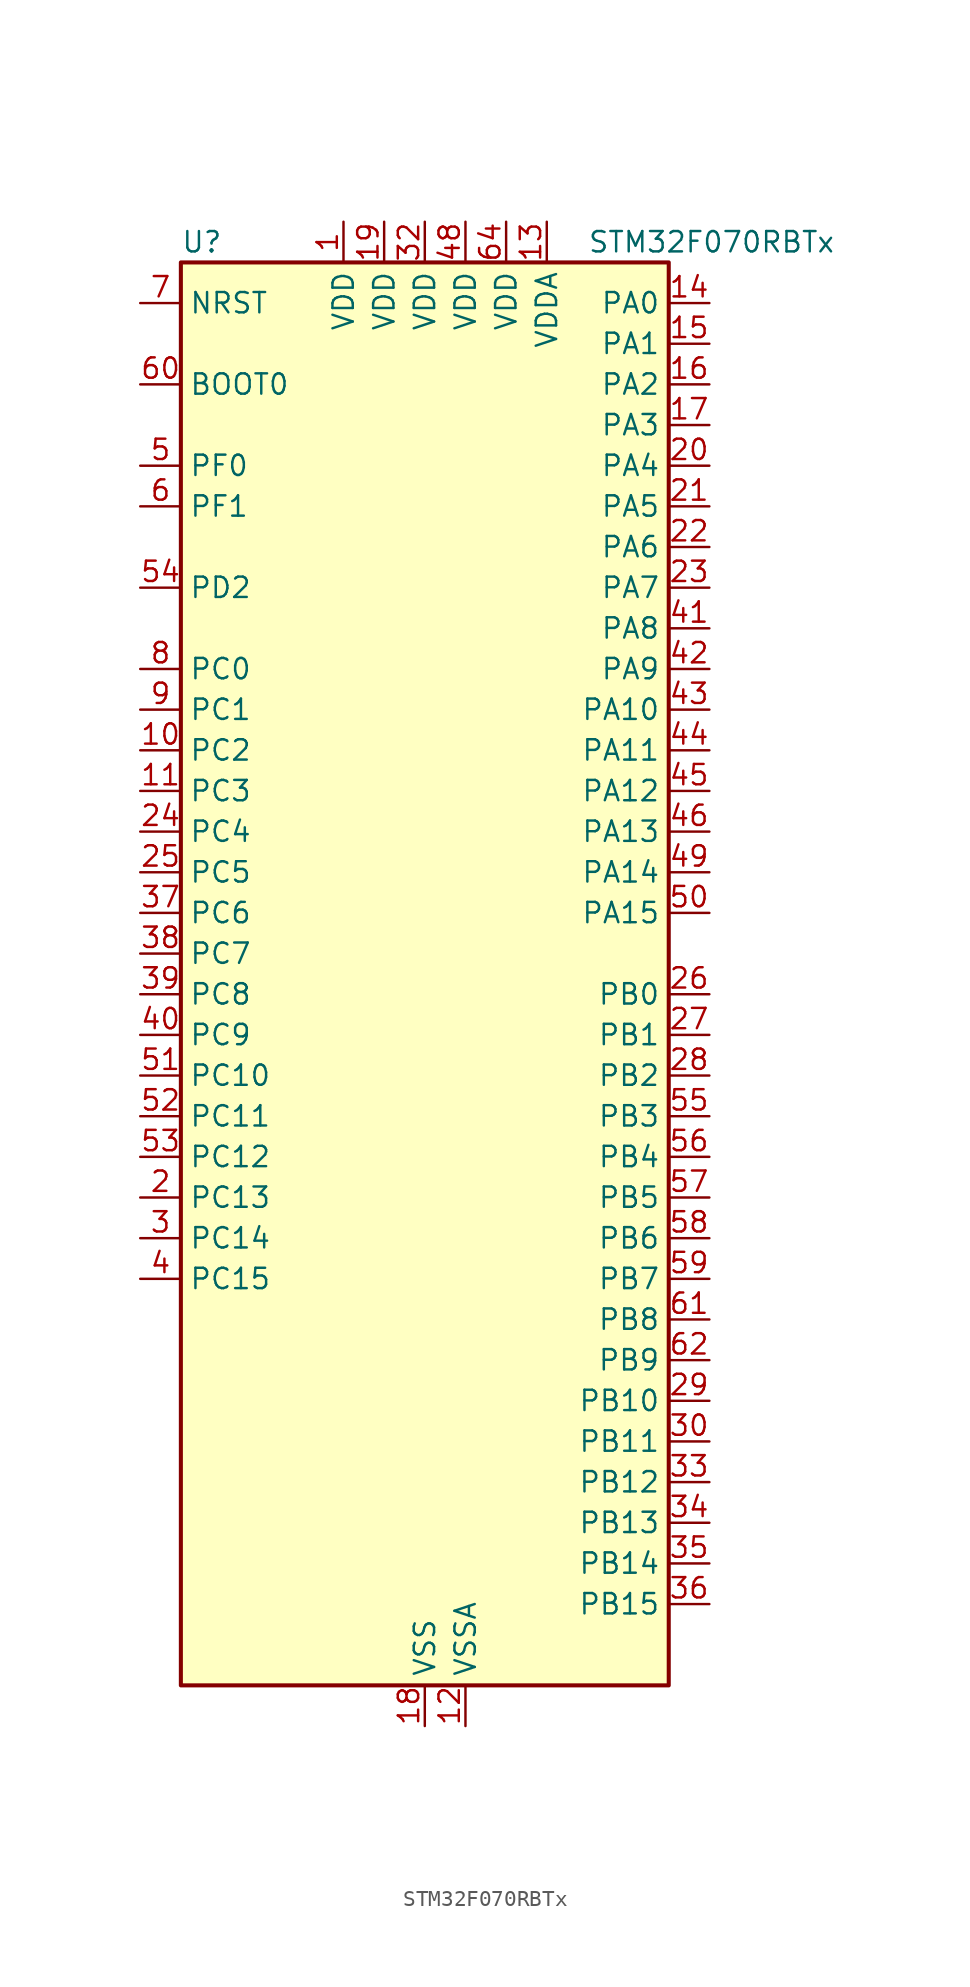
<source format=kicad_sym>
(kicad_symbol_lib
  (version 20231120)
  (generator "kicad_symbol_editor")
  (generator_version "8.0")
  (symbol "STM32F070RBTx"
    (property "Reference" "U"
      (at -15.24 46.99 0)
      (effects (font (size 1.27 1.27)) (justify left)))
    (property "Value" "STM32F070RBTx"
      (at 10.16 46.99 0)
      (effects (font (size 1.27 1.27)) (justify left)))
    (property "ki_locked" ""
      (at 0 0 0)
      (effects (font (size 1.27 1.27))))
    (symbol "STM32F070RBTx_0_1"
      (rectangle (start -15.24 -43.18) (end 15.24 45.72) (stroke (width 0.254) (type default)) (fill (type background))))
    (symbol "STM32F070RBTx_1_1"
      (pin power_in line (at -5.08 48.26 270) (length 2.54) (name "VDD" (effects (font (size 1.27 1.27)))) (number "1" (effects (font (size 1.27 1.27)))))
      (pin bidirectional line (at -17.78 15.24 0) (length 2.54) (name "PC2" (effects (font (size 1.27 1.27)))) (number "10" (effects (font (size 1.27 1.27)))) (alternate "ADC_IN12" bidirectional line) (alternate "SPI2_MISO" bidirectional line))
      (pin bidirectional line (at -17.78 12.7 0) (length 2.54) (name "PC3" (effects (font (size 1.27 1.27)))) (number "11" (effects (font (size 1.27 1.27)))) (alternate "ADC_IN13" bidirectional line) (alternate "SPI2_MOSI" bidirectional line))
      (pin power_in line (at 2.54 -45.72 90) (length 2.54) (name "VSSA" (effects (font (size 1.27 1.27)))) (number "12" (effects (font (size 1.27 1.27)))))
      (pin power_in line (at 7.62 48.26 270) (length 2.54) (name "VDDA" (effects (font (size 1.27 1.27)))) (number "13" (effects (font (size 1.27 1.27)))))
      (pin bidirectional line (at 17.78 43.18 180) (length 2.54) (name "PA0" (effects (font (size 1.27 1.27)))) (number "14" (effects (font (size 1.27 1.27)))) (alternate "ADC_IN0" bidirectional line) (alternate "RTC_TAMP2" bidirectional line) (alternate "SYS_WKUP1" bidirectional line) (alternate "USART2_CTS" bidirectional line) (alternate "USART4_TX" bidirectional line))
      (pin bidirectional line (at 17.78 40.64 180) (length 2.54) (name "PA1" (effects (font (size 1.27 1.27)))) (number "15" (effects (font (size 1.27 1.27)))) (alternate "ADC_IN1" bidirectional line) (alternate "TIM15_CH1N" bidirectional line) (alternate "USART2_DE" bidirectional line) (alternate "USART2_RTS" bidirectional line) (alternate "USART4_RX" bidirectional line))
      (pin bidirectional line (at 17.78 38.1 180) (length 2.54) (name "PA2" (effects (font (size 1.27 1.27)))) (number "16" (effects (font (size 1.27 1.27)))) (alternate "ADC_IN2" bidirectional line) (alternate "SYS_WKUP4" bidirectional line) (alternate "TIM15_CH1" bidirectional line) (alternate "USART2_TX" bidirectional line))
      (pin bidirectional line (at 17.78 35.56 180) (length 2.54) (name "PA3" (effects (font (size 1.27 1.27)))) (number "17" (effects (font (size 1.27 1.27)))) (alternate "ADC_IN3" bidirectional line) (alternate "TIM15_CH2" bidirectional line) (alternate "USART2_RX" bidirectional line))
      (pin power_in line (at 0 -45.72 90) (length 2.54) (name "VSS" (effects (font (size 1.27 1.27)))) (number "18" (effects (font (size 1.27 1.27)))))
      (pin power_in line (at -2.54 48.26 270) (length 2.54) (name "VDD" (effects (font (size 1.27 1.27)))) (number "19" (effects (font (size 1.27 1.27)))))
      (pin bidirectional line (at -17.78 -12.7 0) (length 2.54) (name "PC13" (effects (font (size 1.27 1.27)))) (number "2" (effects (font (size 1.27 1.27)))) (alternate "RTC_OUT_ALARM" bidirectional line) (alternate "RTC_OUT_CALIB" bidirectional line) (alternate "RTC_TAMP1" bidirectional line) (alternate "RTC_TS" bidirectional line) (alternate "SYS_WKUP2" bidirectional line))
      (pin bidirectional line (at 17.78 33.02 180) (length 2.54) (name "PA4" (effects (font (size 1.27 1.27)))) (number "20" (effects (font (size 1.27 1.27)))) (alternate "ADC_IN4" bidirectional line) (alternate "SPI1_NSS" bidirectional line) (alternate "TIM14_CH1" bidirectional line) (alternate "USART2_CK" bidirectional line))
      (pin bidirectional line (at 17.78 30.48 180) (length 2.54) (name "PA5" (effects (font (size 1.27 1.27)))) (number "21" (effects (font (size 1.27 1.27)))) (alternate "ADC_IN5" bidirectional line) (alternate "SPI1_SCK" bidirectional line))
      (pin bidirectional line (at 17.78 27.94 180) (length 2.54) (name "PA6" (effects (font (size 1.27 1.27)))) (number "22" (effects (font (size 1.27 1.27)))) (alternate "ADC_IN6" bidirectional line) (alternate "SPI1_MISO" bidirectional line) (alternate "TIM16_CH1" bidirectional line) (alternate "TIM1_BKIN" bidirectional line) (alternate "TIM3_CH1" bidirectional line) (alternate "USART3_CTS" bidirectional line))
      (pin bidirectional line (at 17.78 25.4 180) (length 2.54) (name "PA7" (effects (font (size 1.27 1.27)))) (number "23" (effects (font (size 1.27 1.27)))) (alternate "ADC_IN7" bidirectional line) (alternate "SPI1_MOSI" bidirectional line) (alternate "TIM14_CH1" bidirectional line) (alternate "TIM17_CH1" bidirectional line) (alternate "TIM1_CH1N" bidirectional line) (alternate "TIM3_CH2" bidirectional line))
      (pin bidirectional line (at -17.78 10.16 0) (length 2.54) (name "PC4" (effects (font (size 1.27 1.27)))) (number "24" (effects (font (size 1.27 1.27)))) (alternate "ADC_IN14" bidirectional line) (alternate "USART3_TX" bidirectional line))
      (pin bidirectional line (at -17.78 7.62 0) (length 2.54) (name "PC5" (effects (font (size 1.27 1.27)))) (number "25" (effects (font (size 1.27 1.27)))) (alternate "ADC_IN15" bidirectional line) (alternate "SYS_WKUP5" bidirectional line) (alternate "USART3_RX" bidirectional line))
      (pin bidirectional line (at 17.78 0 180) (length 2.54) (name "PB0" (effects (font (size 1.27 1.27)))) (number "26" (effects (font (size 1.27 1.27)))) (alternate "ADC_IN8" bidirectional line) (alternate "TIM1_CH2N" bidirectional line) (alternate "TIM3_CH3" bidirectional line) (alternate "USART3_CK" bidirectional line))
      (pin bidirectional line (at 17.78 -2.54 180) (length 2.54) (name "PB1" (effects (font (size 1.27 1.27)))) (number "27" (effects (font (size 1.27 1.27)))) (alternate "ADC_IN9" bidirectional line) (alternate "TIM14_CH1" bidirectional line) (alternate "TIM1_CH3N" bidirectional line) (alternate "TIM3_CH4" bidirectional line) (alternate "USART3_DE" bidirectional line) (alternate "USART3_RTS" bidirectional line))
      (pin bidirectional line (at 17.78 -5.08 180) (length 2.54) (name "PB2" (effects (font (size 1.27 1.27)))) (number "28" (effects (font (size 1.27 1.27)))))
      (pin bidirectional line (at 17.78 -25.4 180) (length 2.54) (name "PB10" (effects (font (size 1.27 1.27)))) (number "29" (effects (font (size 1.27 1.27)))) (alternate "I2C2_SCL" bidirectional line) (alternate "SPI2_SCK" bidirectional line) (alternate "USART3_TX" bidirectional line))
      (pin bidirectional line (at -17.78 -15.24 0) (length 2.54) (name "PC14" (effects (font (size 1.27 1.27)))) (number "3" (effects (font (size 1.27 1.27)))) (alternate "RCC_OSC32_IN" bidirectional line))
      (pin bidirectional line (at 17.78 -27.94 180) (length 2.54) (name "PB11" (effects (font (size 1.27 1.27)))) (number "30" (effects (font (size 1.27 1.27)))) (alternate "I2C2_SDA" bidirectional line) (alternate "USART3_RX" bidirectional line))
      (pin passive line (at 0 -45.72 90) (length 2.54) hide (name "VSS" (effects (font (size 1.27 1.27)))) (number "31" (effects (font (size 1.27 1.27)))))
      (pin power_in line (at 0 48.26 270) (length 2.54) (name "VDD" (effects (font (size 1.27 1.27)))) (number "32" (effects (font (size 1.27 1.27)))))
      (pin bidirectional line (at 17.78 -30.48 180) (length 2.54) (name "PB12" (effects (font (size 1.27 1.27)))) (number "33" (effects (font (size 1.27 1.27)))) (alternate "SPI2_NSS" bidirectional line) (alternate "TIM15_BKIN" bidirectional line) (alternate "TIM1_BKIN" bidirectional line) (alternate "USART3_CK" bidirectional line))
      (pin bidirectional line (at 17.78 -33.02 180) (length 2.54) (name "PB13" (effects (font (size 1.27 1.27)))) (number "34" (effects (font (size 1.27 1.27)))) (alternate "I2C2_SCL" bidirectional line) (alternate "SPI2_SCK" bidirectional line) (alternate "TIM1_CH1N" bidirectional line) (alternate "USART3_CTS" bidirectional line))
      (pin bidirectional line (at 17.78 -35.56 180) (length 2.54) (name "PB14" (effects (font (size 1.27 1.27)))) (number "35" (effects (font (size 1.27 1.27)))) (alternate "I2C2_SDA" bidirectional line) (alternate "SPI2_MISO" bidirectional line) (alternate "TIM15_CH1" bidirectional line) (alternate "TIM1_CH2N" bidirectional line) (alternate "USART3_DE" bidirectional line) (alternate "USART3_RTS" bidirectional line))
      (pin bidirectional line (at 17.78 -38.1 180) (length 2.54) (name "PB15" (effects (font (size 1.27 1.27)))) (number "36" (effects (font (size 1.27 1.27)))) (alternate "RTC_REFIN" bidirectional line) (alternate "SPI2_MOSI" bidirectional line) (alternate "SYS_WKUP7" bidirectional line) (alternate "TIM15_CH1N" bidirectional line) (alternate "TIM15_CH2" bidirectional line) (alternate "TIM1_CH3N" bidirectional line))
      (pin bidirectional line (at -17.78 5.08 0) (length 2.54) (name "PC6" (effects (font (size 1.27 1.27)))) (number "37" (effects (font (size 1.27 1.27)))) (alternate "TIM3_CH1" bidirectional line))
      (pin bidirectional line (at -17.78 2.54 0) (length 2.54) (name "PC7" (effects (font (size 1.27 1.27)))) (number "38" (effects (font (size 1.27 1.27)))) (alternate "TIM3_CH2" bidirectional line))
      (pin bidirectional line (at -17.78 0 0) (length 2.54) (name "PC8" (effects (font (size 1.27 1.27)))) (number "39" (effects (font (size 1.27 1.27)))) (alternate "TIM3_CH3" bidirectional line))
      (pin bidirectional line (at -17.78 -17.78 0) (length 2.54) (name "PC15" (effects (font (size 1.27 1.27)))) (number "4" (effects (font (size 1.27 1.27)))) (alternate "RCC_OSC32_OUT" bidirectional line))
      (pin bidirectional line (at -17.78 -2.54 0) (length 2.54) (name "PC9" (effects (font (size 1.27 1.27)))) (number "40" (effects (font (size 1.27 1.27)))) (alternate "TIM3_CH4" bidirectional line))
      (pin bidirectional line (at 17.78 22.86 180) (length 2.54) (name "PA8" (effects (font (size 1.27 1.27)))) (number "41" (effects (font (size 1.27 1.27)))) (alternate "RCC_MCO" bidirectional line) (alternate "TIM1_CH1" bidirectional line) (alternate "USART1_CK" bidirectional line))
      (pin bidirectional line (at 17.78 20.32 180) (length 2.54) (name "PA9" (effects (font (size 1.27 1.27)))) (number "42" (effects (font (size 1.27 1.27)))) (alternate "TIM15_BKIN" bidirectional line) (alternate "TIM1_CH2" bidirectional line) (alternate "USART1_TX" bidirectional line))
      (pin bidirectional line (at 17.78 17.78 180) (length 2.54) (name "PA10" (effects (font (size 1.27 1.27)))) (number "43" (effects (font (size 1.27 1.27)))) (alternate "TIM17_BKIN" bidirectional line) (alternate "TIM1_CH3" bidirectional line) (alternate "USART1_RX" bidirectional line))
      (pin bidirectional line (at 17.78 15.24 180) (length 2.54) (name "PA11" (effects (font (size 1.27 1.27)))) (number "44" (effects (font (size 1.27 1.27)))) (alternate "TIM1_CH4" bidirectional line) (alternate "USART1_CTS" bidirectional line) (alternate "USB_DM" bidirectional line))
      (pin bidirectional line (at 17.78 12.7 180) (length 2.54) (name "PA12" (effects (font (size 1.27 1.27)))) (number "45" (effects (font (size 1.27 1.27)))) (alternate "TIM1_ETR" bidirectional line) (alternate "USART1_DE" bidirectional line) (alternate "USART1_RTS" bidirectional line) (alternate "USB_DP" bidirectional line))
      (pin bidirectional line (at 17.78 10.16 180) (length 2.54) (name "PA13" (effects (font (size 1.27 1.27)))) (number "46" (effects (font (size 1.27 1.27)))) (alternate "IR_OUT" bidirectional line) (alternate "SYS_SWDIO" bidirectional line) (alternate "USB_NOE" bidirectional line))
      (pin passive line (at 0 -45.72 90) (length 2.54) hide (name "VSS" (effects (font (size 1.27 1.27)))) (number "47" (effects (font (size 1.27 1.27)))))
      (pin power_in line (at 2.54 48.26 270) (length 2.54) (name "VDD" (effects (font (size 1.27 1.27)))) (number "48" (effects (font (size 1.27 1.27)))))
      (pin bidirectional line (at 17.78 7.62 180) (length 2.54) (name "PA14" (effects (font (size 1.27 1.27)))) (number "49" (effects (font (size 1.27 1.27)))) (alternate "SYS_SWCLK" bidirectional line) (alternate "USART2_TX" bidirectional line))
      (pin bidirectional line (at -17.78 33.02 0) (length 2.54) (name "PF0" (effects (font (size 1.27 1.27)))) (number "5" (effects (font (size 1.27 1.27)))) (alternate "RCC_OSC_IN" bidirectional line))
      (pin bidirectional line (at 17.78 5.08 180) (length 2.54) (name "PA15" (effects (font (size 1.27 1.27)))) (number "50" (effects (font (size 1.27 1.27)))) (alternate "SPI1_NSS" bidirectional line) (alternate "USART2_RX" bidirectional line) (alternate "USART4_DE" bidirectional line) (alternate "USART4_RTS" bidirectional line))
      (pin bidirectional line (at -17.78 -5.08 0) (length 2.54) (name "PC10" (effects (font (size 1.27 1.27)))) (number "51" (effects (font (size 1.27 1.27)))) (alternate "USART3_TX" bidirectional line) (alternate "USART4_TX" bidirectional line))
      (pin bidirectional line (at -17.78 -7.62 0) (length 2.54) (name "PC11" (effects (font (size 1.27 1.27)))) (number "52" (effects (font (size 1.27 1.27)))) (alternate "USART3_RX" bidirectional line) (alternate "USART4_RX" bidirectional line))
      (pin bidirectional line (at -17.78 -10.16 0) (length 2.54) (name "PC12" (effects (font (size 1.27 1.27)))) (number "53" (effects (font (size 1.27 1.27)))) (alternate "USART3_CK" bidirectional line) (alternate "USART4_CK" bidirectional line))
      (pin bidirectional line (at -17.78 25.4 0) (length 2.54) (name "PD2" (effects (font (size 1.27 1.27)))) (number "54" (effects (font (size 1.27 1.27)))) (alternate "TIM3_ETR" bidirectional line) (alternate "USART3_DE" bidirectional line) (alternate "USART3_RTS" bidirectional line))
      (pin bidirectional line (at 17.78 -7.62 180) (length 2.54) (name "PB3" (effects (font (size 1.27 1.27)))) (number "55" (effects (font (size 1.27 1.27)))) (alternate "SPI1_SCK" bidirectional line))
      (pin bidirectional line (at 17.78 -10.16 180) (length 2.54) (name "PB4" (effects (font (size 1.27 1.27)))) (number "56" (effects (font (size 1.27 1.27)))) (alternate "SPI1_MISO" bidirectional line) (alternate "TIM17_BKIN" bidirectional line) (alternate "TIM3_CH1" bidirectional line))
      (pin bidirectional line (at 17.78 -12.7 180) (length 2.54) (name "PB5" (effects (font (size 1.27 1.27)))) (number "57" (effects (font (size 1.27 1.27)))) (alternate "I2C1_SMBA" bidirectional line) (alternate "SPI1_MOSI" bidirectional line) (alternate "SYS_WKUP6" bidirectional line) (alternate "TIM16_BKIN" bidirectional line) (alternate "TIM3_CH2" bidirectional line))
      (pin bidirectional line (at 17.78 -15.24 180) (length 2.54) (name "PB6" (effects (font (size 1.27 1.27)))) (number "58" (effects (font (size 1.27 1.27)))) (alternate "I2C1_SCL" bidirectional line) (alternate "TIM16_CH1N" bidirectional line) (alternate "USART1_TX" bidirectional line))
      (pin bidirectional line (at 17.78 -17.78 180) (length 2.54) (name "PB7" (effects (font (size 1.27 1.27)))) (number "59" (effects (font (size 1.27 1.27)))) (alternate "I2C1_SDA" bidirectional line) (alternate "TIM17_CH1N" bidirectional line) (alternate "USART1_RX" bidirectional line) (alternate "USART4_CTS" bidirectional line))
      (pin bidirectional line (at -17.78 30.48 0) (length 2.54) (name "PF1" (effects (font (size 1.27 1.27)))) (number "6" (effects (font (size 1.27 1.27)))) (alternate "RCC_OSC_OUT" bidirectional line))
      (pin input line (at -17.78 38.1 0) (length 2.54) (name "BOOT0" (effects (font (size 1.27 1.27)))) (number "60" (effects (font (size 1.27 1.27)))))
      (pin bidirectional line (at 17.78 -20.32 180) (length 2.54) (name "PB8" (effects (font (size 1.27 1.27)))) (number "61" (effects (font (size 1.27 1.27)))) (alternate "I2C1_SCL" bidirectional line) (alternate "TIM16_CH1" bidirectional line))
      (pin bidirectional line (at 17.78 -22.86 180) (length 2.54) (name "PB9" (effects (font (size 1.27 1.27)))) (number "62" (effects (font (size 1.27 1.27)))) (alternate "I2C1_SDA" bidirectional line) (alternate "IR_OUT" bidirectional line) (alternate "SPI2_NSS" bidirectional line) (alternate "TIM17_CH1" bidirectional line))
      (pin passive line (at 0 -45.72 90) (length 2.54) hide (name "VSS" (effects (font (size 1.27 1.27)))) (number "63" (effects (font (size 1.27 1.27)))))
      (pin power_in line (at 5.08 48.26 270) (length 2.54) (name "VDD" (effects (font (size 1.27 1.27)))) (number "64" (effects (font (size 1.27 1.27)))))
      (pin input line (at -17.78 43.18 0) (length 2.54) (name "NRST" (effects (font (size 1.27 1.27)))) (number "7" (effects (font (size 1.27 1.27)))))
      (pin bidirectional line (at -17.78 20.32 0) (length 2.54) (name "PC0" (effects (font (size 1.27 1.27)))) (number "8" (effects (font (size 1.27 1.27)))) (alternate "ADC_IN10" bidirectional line))
      (pin bidirectional line (at -17.78 17.78 0) (length 2.54) (name "PC1" (effects (font (size 1.27 1.27)))) (number "9" (effects (font (size 1.27 1.27)))) (alternate "ADC_IN11" bidirectional line)))))
</source>
